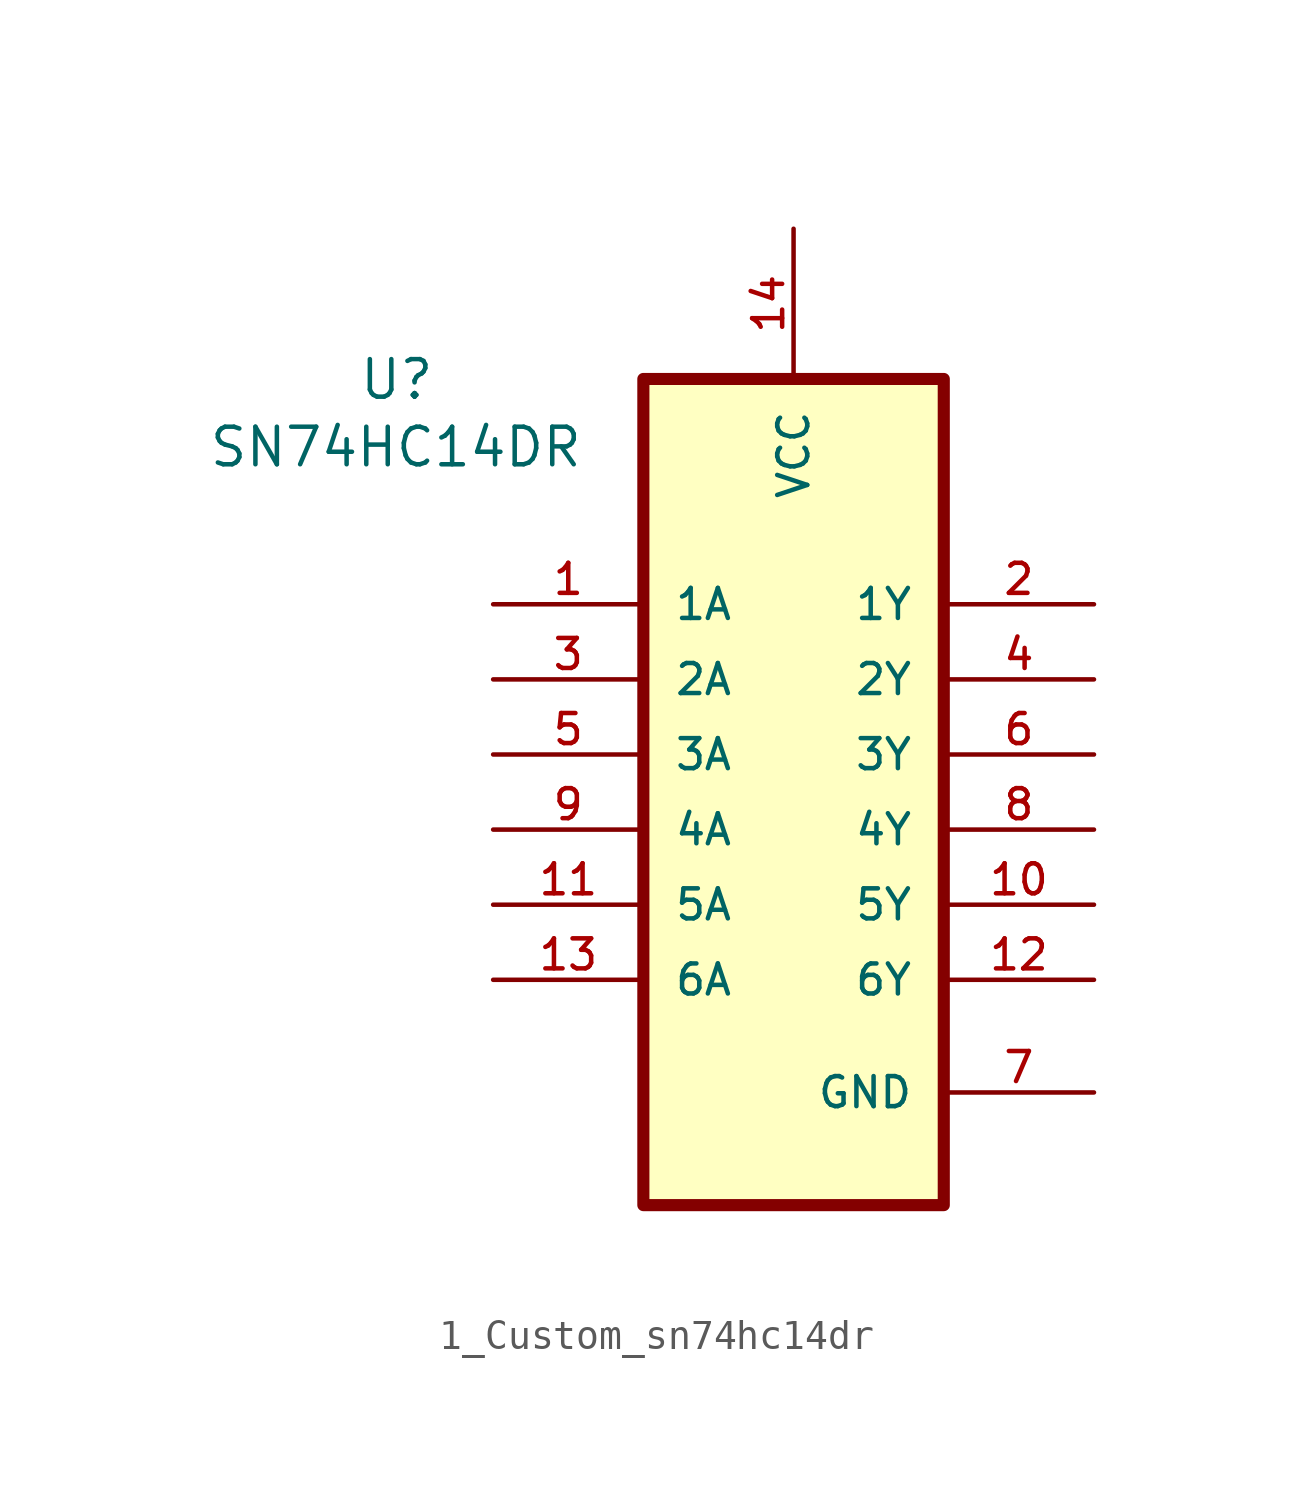
<source format=kicad_sym>
(kicad_symbol_lib
  (version 20241209)
  (generator "kicad_symbol_editor")
  (generator_version "9.0")
  (symbol "1_Custom_sn74hc14dr"
    (pin_names
      (offset 1.016))
    (property "Reference" "U"
      (at -14.732 14.478 0)
      (effects (font (size 1.27 1.27)) (justify left bottom)))
    (property "Value" "SN74HC14DR"
      (at -19.812 12.192 0)
      (effects (font (size 1.27 1.27)) (justify left bottom)))
    (symbol "1_Custom_sn74hc14dr_0_0"
      (rectangle (start -5.08 15.24) (end 5.08 -12.7) (stroke (width 0.41) (type default)) (fill (type background)))
      (pin input line (at -10.16 7.62 0) (length 5.08) (name "1A" (effects (font (size 1.016 1.016)))) (number "1" (effects (font (size 1.016 1.016)))))
      (pin input line (at -10.16 5.08 0) (length 5.08) (name "2A" (effects (font (size 1.016 1.016)))) (number "3" (effects (font (size 1.016 1.016)))))
      (pin input line (at -10.16 2.54 0) (length 5.08) (name "3A" (effects (font (size 1.016 1.016)))) (number "5" (effects (font (size 1.016 1.016)))))
      (pin input line (at -10.16 0 0) (length 5.08) (name "4A" (effects (font (size 1.016 1.016)))) (number "9" (effects (font (size 1.016 1.016)))))
      (pin input line (at -10.16 -2.54 0) (length 5.08) (name "5A" (effects (font (size 1.016 1.016)))) (number "11" (effects (font (size 1.016 1.016)))))
      (pin input line (at -10.16 -5.08 0) (length 5.08) (name "6A" (effects (font (size 1.016 1.016)))) (number "13" (effects (font (size 1.016 1.016)))))
      (pin power_in line (at 0 20.32 270) (length 5.08) (name "VCC" (effects (font (size 1.016 1.016)))) (number "14" (effects (font (size 1.016 1.016)))))
      (pin output line (at 10.16 7.62 180) (length 5.08) (name "1Y" (effects (font (size 1.016 1.016)))) (number "2" (effects (font (size 1.016 1.016)))))
      (pin output line (at 10.16 5.08 180) (length 5.08) (name "2Y" (effects (font (size 1.016 1.016)))) (number "4" (effects (font (size 1.016 1.016)))))
      (pin output line (at 10.16 2.54 180) (length 5.08) (name "3Y" (effects (font (size 1.016 1.016)))) (number "6" (effects (font (size 1.016 1.016)))))
      (pin output line (at 10.16 0 180) (length 5.08) (name "4Y" (effects (font (size 1.016 1.016)))) (number "8" (effects (font (size 1.016 1.016)))))
      (pin output line (at 10.16 -2.54 180) (length 5.08) (name "5Y" (effects (font (size 1.016 1.016)))) (number "10" (effects (font (size 1.016 1.016)))))
      (pin output line (at 10.16 -5.08 180) (length 5.08) (name "6Y" (effects (font (size 1.016 1.016)))) (number "12" (effects (font (size 1.016 1.016)))))
      (pin power_in line (at 10.16 -8.89 180) (length 5.08) (name "GND" (effects (font (size 1.016 1.016)))) (number "7" (effects (font (size 1.016 1.016))))))))
</source>
